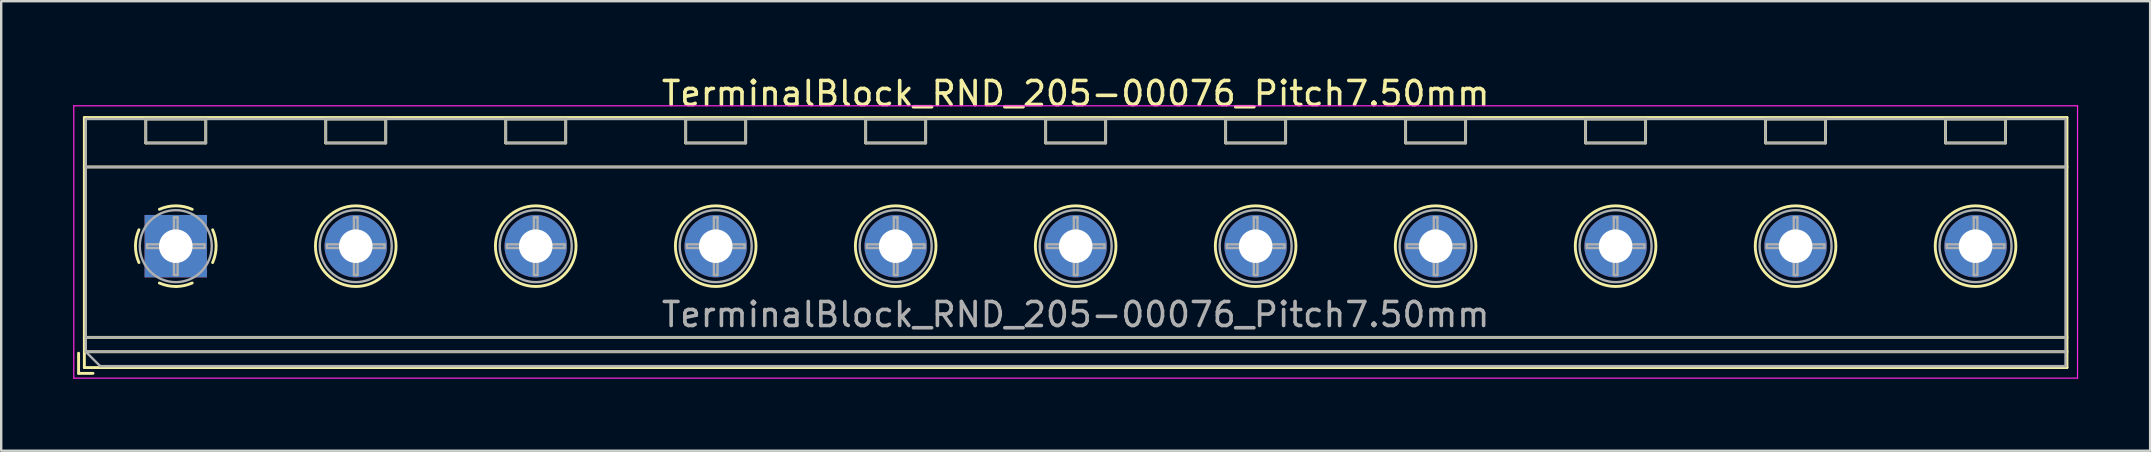
<source format=kicad_pcb>
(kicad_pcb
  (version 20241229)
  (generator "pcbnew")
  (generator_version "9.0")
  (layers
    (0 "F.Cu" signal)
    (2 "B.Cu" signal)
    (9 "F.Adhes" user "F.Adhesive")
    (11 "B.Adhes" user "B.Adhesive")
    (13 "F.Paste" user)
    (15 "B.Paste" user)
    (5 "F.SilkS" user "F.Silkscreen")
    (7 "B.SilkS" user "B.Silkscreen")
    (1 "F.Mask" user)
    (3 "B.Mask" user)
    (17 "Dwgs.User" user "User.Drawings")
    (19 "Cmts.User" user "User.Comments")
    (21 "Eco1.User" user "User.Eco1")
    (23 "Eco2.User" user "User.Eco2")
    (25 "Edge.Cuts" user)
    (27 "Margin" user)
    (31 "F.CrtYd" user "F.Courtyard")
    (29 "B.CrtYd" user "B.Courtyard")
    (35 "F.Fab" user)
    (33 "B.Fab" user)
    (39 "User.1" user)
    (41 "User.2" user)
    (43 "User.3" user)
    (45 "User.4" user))
  (footprint "TerminalBlock_RND_205-00076_Pitch7.50mm"
    (layer "F.Cu")
    (at 4.275 7.208)
    (property "Reference" "TerminalBlock_RND_205-00076_Pitch7.50mm" (at 37.5 -6.36 0) (layer "F.SilkS") (effects (font (size 1 1) (thickness 0.15))))
    (attr through_hole)
    (fp_line (start -4.05 4.46) (end -4.05 5.3) (stroke (width 0.12) (type solid)) (layer "F.SilkS"))
    (fp_line (start -4.05 5.3) (end -3.45 5.3) (stroke (width 0.12) (type solid)) (layer "F.SilkS"))
    (fp_line (start -3.81 -5.36) (end -3.81 5.06) (stroke (width 0.12) (type solid)) (layer "F.SilkS"))
    (fp_line (start -3.81 -3.3) (end 78.81 -3.3) (stroke (width 0.12) (type solid)) (layer "F.SilkS"))
    (fp_line (start -3.81 3.8) (end 78.81 3.8) (stroke (width 0.12) (type solid)) (layer "F.SilkS"))
    (fp_line (start -3.81 4.4) (end 78.81 4.4) (stroke (width 0.12) (type solid)) (layer "F.SilkS"))
    (fp_line (start -3.81 5.06) (end 78.81 5.06) (stroke (width 0.12) (type solid)) (layer "F.SilkS"))
    (fp_line (start -1.25 -5.301) (end -1.25 -4.301) (stroke (width 0.12) (type solid)) (layer "F.SilkS"))
    (fp_line (start -1.25 -5.301) (end 1.25 -5.301) (stroke (width 0.12) (type solid)) (layer "F.SilkS"))
    (fp_line (start -1.25 -4.301) (end 1.25 -4.301) (stroke (width 0.12) (type solid)) (layer "F.SilkS"))
    (fp_line (start 1.25 -5.301) (end 1.25 -4.301) (stroke (width 0.12) (type solid)) (layer "F.SilkS"))
    (fp_line (start 6.25 -5.301) (end 6.25 -4.301) (stroke (width 0.12) (type solid)) (layer "F.SilkS"))
    (fp_line (start 6.25 -5.301) (end 8.75 -5.301) (stroke (width 0.12) (type solid)) (layer "F.SilkS"))
    (fp_line (start 6.25 -4.301) (end 8.75 -4.301) (stroke (width 0.12) (type solid)) (layer "F.SilkS"))
    (fp_line (start 8.75 -5.301) (end 8.75 -4.301) (stroke (width 0.12) (type solid)) (layer "F.SilkS"))
    (fp_line (start 13.75 -5.301) (end 13.75 -4.301) (stroke (width 0.12) (type solid)) (layer "F.SilkS"))
    (fp_line (start 13.75 -5.301) (end 16.25 -5.301) (stroke (width 0.12) (type solid)) (layer "F.SilkS"))
    (fp_line (start 13.75 -4.301) (end 16.25 -4.301) (stroke (width 0.12) (type solid)) (layer "F.SilkS"))
    (fp_line (start 16.25 -5.301) (end 16.25 -4.301) (stroke (width 0.12) (type solid)) (layer "F.SilkS"))
    (fp_line (start 21.25 -5.301) (end 21.25 -4.301) (stroke (width 0.12) (type solid)) (layer "F.SilkS"))
    (fp_line (start 21.25 -5.301) (end 23.75 -5.301) (stroke (width 0.12) (type solid)) (layer "F.SilkS"))
    (fp_line (start 21.25 -4.301) (end 23.75 -4.301) (stroke (width 0.12) (type solid)) (layer "F.SilkS"))
    (fp_line (start 23.75 -5.301) (end 23.75 -4.301) (stroke (width 0.12) (type solid)) (layer "F.SilkS"))
    (fp_line (start 28.75 -5.301) (end 28.75 -4.301) (stroke (width 0.12) (type solid)) (layer "F.SilkS"))
    (fp_line (start 28.75 -5.301) (end 31.25 -5.301) (stroke (width 0.12) (type solid)) (layer "F.SilkS"))
    (fp_line (start 28.75 -4.301) (end 31.25 -4.301) (stroke (width 0.12) (type solid)) (layer "F.SilkS"))
    (fp_line (start 31.25 -5.301) (end 31.25 -4.301) (stroke (width 0.12) (type solid)) (layer "F.SilkS"))
    (fp_line (start 36.25 -5.301) (end 36.25 -4.301) (stroke (width 0.12) (type solid)) (layer "F.SilkS"))
    (fp_line (start 36.25 -5.301) (end 38.75 -5.301) (stroke (width 0.12) (type solid)) (layer "F.SilkS"))
    (fp_line (start 36.25 -4.301) (end 38.75 -4.301) (stroke (width 0.12) (type solid)) (layer "F.SilkS"))
    (fp_line (start 38.75 -5.301) (end 38.75 -4.301) (stroke (width 0.12) (type solid)) (layer "F.SilkS"))
    (fp_line (start 43.75 -5.301) (end 43.75 -4.301) (stroke (width 0.12) (type solid)) (layer "F.SilkS"))
    (fp_line (start 43.75 -5.301) (end 46.25 -5.301) (stroke (width 0.12) (type solid)) (layer "F.SilkS"))
    (fp_line (start 43.75 -4.301) (end 46.25 -4.301) (stroke (width 0.12) (type solid)) (layer "F.SilkS"))
    (fp_line (start 46.25 -5.301) (end 46.25 -4.301) (stroke (width 0.12) (type solid)) (layer "F.SilkS"))
    (fp_line (start 51.25 -5.301) (end 51.25 -4.301) (stroke (width 0.12) (type solid)) (layer "F.SilkS"))
    (fp_line (start 51.25 -5.301) (end 53.75 -5.301) (stroke (width 0.12) (type solid)) (layer "F.SilkS"))
    (fp_line (start 51.25 -4.301) (end 53.75 -4.301) (stroke (width 0.12) (type solid)) (layer "F.SilkS"))
    (fp_line (start 53.75 -5.301) (end 53.75 -4.301) (stroke (width 0.12) (type solid)) (layer "F.SilkS"))
    (fp_line (start 58.75 -5.301) (end 58.75 -4.301) (stroke (width 0.12) (type solid)) (layer "F.SilkS"))
    (fp_line (start 58.75 -5.301) (end 61.25 -5.301) (stroke (width 0.12) (type solid)) (layer "F.SilkS"))
    (fp_line (start 58.75 -4.301) (end 61.25 -4.301) (stroke (width 0.12) (type solid)) (layer "F.SilkS"))
    (fp_line (start 61.25 -5.301) (end 61.25 -4.301) (stroke (width 0.12) (type solid)) (layer "F.SilkS"))
    (fp_line (start 66.25 -5.301) (end 66.25 -4.301) (stroke (width 0.12) (type solid)) (layer "F.SilkS"))
    (fp_line (start 66.25 -5.301) (end 68.75 -5.301) (stroke (width 0.12) (type solid)) (layer "F.SilkS"))
    (fp_line (start 66.25 -4.301) (end 68.75 -4.301) (stroke (width 0.12) (type solid)) (layer "F.SilkS"))
    (fp_line (start 68.75 -5.301) (end 68.75 -4.301) (stroke (width 0.12) (type solid)) (layer "F.SilkS"))
    (fp_line (start 73.75 -5.301) (end 73.75 -4.301) (stroke (width 0.12) (type solid)) (layer "F.SilkS"))
    (fp_line (start 73.75 -5.301) (end 76.25 -5.301) (stroke (width 0.12) (type solid)) (layer "F.SilkS"))
    (fp_line (start 73.75 -4.301) (end 76.25 -4.301) (stroke (width 0.12) (type solid)) (layer "F.SilkS"))
    (fp_line (start 76.25 -5.301) (end 76.25 -4.301) (stroke (width 0.12) (type solid)) (layer "F.SilkS"))
    (fp_line (start 78.81 -5.36) (end -3.81 -5.36) (stroke (width 0.12) (type solid)) (layer "F.SilkS"))
    (fp_line (start 78.81 5.06) (end 78.81 -5.36) (stroke (width 0.12) (type solid)) (layer "F.SilkS"))
    (fp_arc (start -1.535427 0.683042) (mid -1.680501 -0.000524) (end -1.535 -0.684) (stroke (width 0.12) (type solid)) (layer "F.SilkS"))
    (fp_arc (start -0.683042 -1.535427) (mid 0.000524 -1.680501) (end 0.684 -1.535) (stroke (width 0.12) (type solid)) (layer "F.SilkS"))
    (fp_arc (start 0.028805 1.680253) (mid -0.335551 1.646659) (end -0.684 1.535) (stroke (width 0.12) (type solid)) (layer "F.SilkS"))
    (fp_arc (start 0.683318 1.534756) (mid 0.349292 1.643288) (end 0 1.68) (stroke (width 0.12) (type solid)) (layer "F.SilkS"))
    (fp_arc (start 1.535427 -0.683042) (mid 1.680501 0.000524) (end 1.535 0.684) (stroke (width 0.12) (type solid)) (layer "F.SilkS"))
    (fp_circle (center 7.5 0) (end 9.18 0) (stroke (width 0.12) (type solid)) (fill no) (layer "F.SilkS"))
    (fp_circle (center 15 0) (end 16.68 0) (stroke (width 0.12) (type solid)) (fill no) (layer "F.SilkS"))
    (fp_circle (center 22.5 0) (end 24.18 0) (stroke (width 0.12) (type solid)) (fill no) (layer "F.SilkS"))
    (fp_circle (center 30 0) (end 31.68 0) (stroke (width 0.12) (type solid)) (fill no) (layer "F.SilkS"))
    (fp_circle (center 37.5 0) (end 39.18 0) (stroke (width 0.12) (type solid)) (fill no) (layer "F.SilkS"))
    (fp_circle (center 45 0) (end 46.68 0) (stroke (width 0.12) (type solid)) (fill no) (layer "F.SilkS"))
    (fp_circle (center 52.5 0) (end 54.18 0) (stroke (width 0.12) (type solid)) (fill no) (layer "F.SilkS"))
    (fp_circle (center 60 0) (end 61.68 0) (stroke (width 0.12) (type solid)) (fill no) (layer "F.SilkS"))
    (fp_circle (center 67.5 0) (end 69.18 0) (stroke (width 0.12) (type solid)) (fill no) (layer "F.SilkS"))
    (fp_circle (center 75 0) (end 76.68 0) (stroke (width 0.12) (type solid)) (fill no) (layer "F.SilkS"))
    (fp_line (start -4.25 -5.85) (end -4.25 5.5) (stroke (width 0.05) (type solid)) (layer "F.CrtYd"))
    (fp_line (start -4.25 5.5) (end 79.25 5.5) (stroke (width 0.05) (type solid)) (layer "F.CrtYd"))
    (fp_line (start 79.25 -5.85) (end -4.25 -5.85) (stroke (width 0.05) (type solid)) (layer "F.CrtYd"))
    (fp_line (start 79.25 5.5) (end 79.25 -5.85) (stroke (width 0.05) (type solid)) (layer "F.CrtYd"))
    (fp_line (start -3.75 -5.3) (end 78.75 -5.3) (stroke (width 0.1) (type solid)) (layer "F.Fab"))
    (fp_line (start -3.75 -3.3) (end 78.75 -3.3) (stroke (width 0.1) (type solid)) (layer "F.Fab"))
    (fp_line (start -3.75 3.8) (end 78.75 3.8) (stroke (width 0.1) (type solid)) (layer "F.Fab"))
    (fp_line (start -3.75 4.4) (end -3.75 -5.3) (stroke (width 0.1) (type solid)) (layer "F.Fab"))
    (fp_line (start -3.75 4.4) (end 78.75 4.4) (stroke (width 0.1) (type solid)) (layer "F.Fab"))
    (fp_line (start -3.15 5) (end -3.75 4.4) (stroke (width 0.1) (type solid)) (layer "F.Fab"))
    (fp_line (start -1.25 -5.3) (end -1.25 -4.3) (stroke (width 0.1) (type solid)) (layer "F.Fab"))
    (fp_line (start -1.25 -4.3) (end 1.25 -4.3) (stroke (width 0.1) (type solid)) (layer "F.Fab"))
    (fp_line (start -1.201 -0.076) (end -0.076 -0.076) (stroke (width 0.1) (type solid)) (layer "F.Fab"))
    (fp_line (start -1.201 0.076) (end -1.201 -0.076) (stroke (width 0.1) (type solid)) (layer "F.Fab"))
    (fp_line (start -0.076 -1.201) (end 0.076 -1.201) (stroke (width 0.1) (type solid)) (layer "F.Fab"))
    (fp_line (start -0.076 -0.076) (end -0.076 -1.201) (stroke (width 0.1) (type solid)) (layer "F.Fab"))
    (fp_line (start -0.076 0.076) (end -1.201 0.076) (stroke (width 0.1) (type solid)) (layer "F.Fab"))
    (fp_line (start -0.076 1.201) (end -0.076 0.076) (stroke (width 0.1) (type solid)) (layer "F.Fab"))
    (fp_line (start 0.076 -1.201) (end 0.076 -0.076) (stroke (width 0.1) (type solid)) (layer "F.Fab"))
    (fp_line (start 0.076 -0.076) (end 1.201 -0.076) (stroke (width 0.1) (type solid)) (layer "F.Fab"))
    (fp_line (start 0.076 0.076) (end 0.076 1.201) (stroke (width 0.1) (type solid)) (layer "F.Fab"))
    (fp_line (start 0.076 1.201) (end -0.076 1.201) (stroke (width 0.1) (type solid)) (layer "F.Fab"))
    (fp_line (start 1.201 -0.076) (end 1.201 0.076) (stroke (width 0.1) (type solid)) (layer "F.Fab"))
    (fp_line (start 1.201 0.076) (end 0.076 0.076) (stroke (width 0.1) (type solid)) (layer "F.Fab"))
    (fp_line (start 1.25 -5.3) (end -1.25 -5.3) (stroke (width 0.1) (type solid)) (layer "F.Fab"))
    (fp_line (start 1.25 -4.3) (end 1.25 -5.3) (stroke (width 0.1) (type solid)) (layer "F.Fab"))
    (fp_line (start 6.25 -5.3) (end 6.25 -4.3) (stroke (width 0.1) (type solid)) (layer "F.Fab"))
    (fp_line (start 6.25 -4.3) (end 8.75 -4.3) (stroke (width 0.1) (type solid)) (layer "F.Fab"))
    (fp_line (start 6.299 -0.076) (end 7.424 -0.076) (stroke (width 0.1) (type solid)) (layer "F.Fab"))
    (fp_line (start 6.299 0.076) (end 6.299 -0.076) (stroke (width 0.1) (type solid)) (layer "F.Fab"))
    (fp_line (start 7.424 -1.201) (end 7.576 -1.201) (stroke (width 0.1) (type solid)) (layer "F.Fab"))
    (fp_line (start 7.424 -0.076) (end 7.424 -1.201) (stroke (width 0.1) (type solid)) (layer "F.Fab"))
    (fp_line (start 7.424 0.076) (end 6.299 0.076) (stroke (width 0.1) (type solid)) (layer "F.Fab"))
    (fp_line (start 7.424 1.201) (end 7.424 0.076) (stroke (width 0.1) (type solid)) (layer "F.Fab"))
    (fp_line (start 7.576 -1.201) (end 7.576 -0.076) (stroke (width 0.1) (type solid)) (layer "F.Fab"))
    (fp_line (start 7.576 -0.076) (end 8.701 -0.076) (stroke (width 0.1) (type solid)) (layer "F.Fab"))
    (fp_line (start 7.576 0.076) (end 7.576 1.201) (stroke (width 0.1) (type solid)) (layer "F.Fab"))
    (fp_line (start 7.576 1.201) (end 7.424 1.201) (stroke (width 0.1) (type solid)) (layer "F.Fab"))
    (fp_line (start 8.701 -0.076) (end 8.701 0.076) (stroke (width 0.1) (type solid)) (layer "F.Fab"))
    (fp_line (start 8.701 0.076) (end 7.576 0.076) (stroke (width 0.1) (type solid)) (layer "F.Fab"))
    (fp_line (start 8.75 -5.3) (end 6.25 -5.3) (stroke (width 0.1) (type solid)) (layer "F.Fab"))
    (fp_line (start 8.75 -4.3) (end 8.75 -5.3) (stroke (width 0.1) (type solid)) (layer "F.Fab"))
    (fp_line (start 13.75 -5.3) (end 13.75 -4.3) (stroke (width 0.1) (type solid)) (layer "F.Fab"))
    (fp_line (start 13.75 -4.3) (end 16.25 -4.3) (stroke (width 0.1) (type solid)) (layer "F.Fab"))
    (fp_line (start 13.799 -0.076) (end 14.924 -0.076) (stroke (width 0.1) (type solid)) (layer "F.Fab"))
    (fp_line (start 13.799 0.076) (end 13.799 -0.076) (stroke (width 0.1) (type solid)) (layer "F.Fab"))
    (fp_line (start 14.924 -1.201) (end 15.076 -1.201) (stroke (width 0.1) (type solid)) (layer "F.Fab"))
    (fp_line (start 14.924 -0.076) (end 14.924 -1.201) (stroke (width 0.1) (type solid)) (layer "F.Fab"))
    (fp_line (start 14.924 0.076) (end 13.799 0.076) (stroke (width 0.1) (type solid)) (layer "F.Fab"))
    (fp_line (start 14.924 1.201) (end 14.924 0.076) (stroke (width 0.1) (type solid)) (layer "F.Fab"))
    (fp_line (start 15.076 -1.201) (end 15.076 -0.076) (stroke (width 0.1) (type solid)) (layer "F.Fab"))
    (fp_line (start 15.076 -0.076) (end 16.201 -0.076) (stroke (width 0.1) (type solid)) (layer "F.Fab"))
    (fp_line (start 15.076 0.076) (end 15.076 1.201) (stroke (width 0.1) (type solid)) (layer "F.Fab"))
    (fp_line (start 15.076 1.201) (end 14.924 1.201) (stroke (width 0.1) (type solid)) (layer "F.Fab"))
    (fp_line (start 16.201 -0.076) (end 16.201 0.076) (stroke (width 0.1) (type solid)) (layer "F.Fab"))
    (fp_line (start 16.201 0.076) (end 15.076 0.076) (stroke (width 0.1) (type solid)) (layer "F.Fab"))
    (fp_line (start 16.25 -5.3) (end 13.75 -5.3) (stroke (width 0.1) (type solid)) (layer "F.Fab"))
    (fp_line (start 16.25 -4.3) (end 16.25 -5.3) (stroke (width 0.1) (type solid)) (layer "F.Fab"))
    (fp_line (start 21.25 -5.3) (end 21.25 -4.3) (stroke (width 0.1) (type solid)) (layer "F.Fab"))
    (fp_line (start 21.25 -4.3) (end 23.75 -4.3) (stroke (width 0.1) (type solid)) (layer "F.Fab"))
    (fp_line (start 21.299 -0.076) (end 22.424 -0.076) (stroke (width 0.1) (type solid)) (layer "F.Fab"))
    (fp_line (start 21.299 0.076) (end 21.299 -0.076) (stroke (width 0.1) (type solid)) (layer "F.Fab"))
    (fp_line (start 22.424 -1.201) (end 22.576 -1.201) (stroke (width 0.1) (type solid)) (layer "F.Fab"))
    (fp_line (start 22.424 -0.076) (end 22.424 -1.201) (stroke (width 0.1) (type solid)) (layer "F.Fab"))
    (fp_line (start 22.424 0.076) (end 21.299 0.076) (stroke (width 0.1) (type solid)) (layer "F.Fab"))
    (fp_line (start 22.424 1.201) (end 22.424 0.076) (stroke (width 0.1) (type solid)) (layer "F.Fab"))
    (fp_line (start 22.576 -1.201) (end 22.576 -0.076) (stroke (width 0.1) (type solid)) (layer "F.Fab"))
    (fp_line (start 22.576 -0.076) (end 23.701 -0.076) (stroke (width 0.1) (type solid)) (layer "F.Fab"))
    (fp_line (start 22.576 0.076) (end 22.576 1.201) (stroke (width 0.1) (type solid)) (layer "F.Fab"))
    (fp_line (start 22.576 1.201) (end 22.424 1.201) (stroke (width 0.1) (type solid)) (layer "F.Fab"))
    (fp_line (start 23.701 -0.076) (end 23.701 0.076) (stroke (width 0.1) (type solid)) (layer "F.Fab"))
    (fp_line (start 23.701 0.076) (end 22.576 0.076) (stroke (width 0.1) (type solid)) (layer "F.Fab"))
    (fp_line (start 23.75 -5.3) (end 21.25 -5.3) (stroke (width 0.1) (type solid)) (layer "F.Fab"))
    (fp_line (start 23.75 -4.3) (end 23.75 -5.3) (stroke (width 0.1) (type solid)) (layer "F.Fab"))
    (fp_line (start 28.75 -5.3) (end 28.75 -4.3) (stroke (width 0.1) (type solid)) (layer "F.Fab"))
    (fp_line (start 28.75 -4.3) (end 31.25 -4.3) (stroke (width 0.1) (type solid)) (layer "F.Fab"))
    (fp_line (start 28.799 -0.076) (end 29.924 -0.076) (stroke (width 0.1) (type solid)) (layer "F.Fab"))
    (fp_line (start 28.799 0.076) (end 28.799 -0.076) (stroke (width 0.1) (type solid)) (layer "F.Fab"))
    (fp_line (start 29.924 -1.201) (end 30.076 -1.201) (stroke (width 0.1) (type solid)) (layer "F.Fab"))
    (fp_line (start 29.924 -0.076) (end 29.924 -1.201) (stroke (width 0.1) (type solid)) (layer "F.Fab"))
    (fp_line (start 29.924 0.076) (end 28.799 0.076) (stroke (width 0.1) (type solid)) (layer "F.Fab"))
    (fp_line (start 29.924 1.201) (end 29.924 0.076) (stroke (width 0.1) (type solid)) (layer "F.Fab"))
    (fp_line (start 30.076 -1.201) (end 30.076 -0.076) (stroke (width 0.1) (type solid)) (layer "F.Fab"))
    (fp_line (start 30.076 -0.076) (end 31.201 -0.076) (stroke (width 0.1) (type solid)) (layer "F.Fab"))
    (fp_line (start 30.076 0.076) (end 30.076 1.201) (stroke (width 0.1) (type solid)) (layer "F.Fab"))
    (fp_line (start 30.076 1.201) (end 29.924 1.201) (stroke (width 0.1) (type solid)) (layer "F.Fab"))
    (fp_line (start 31.201 -0.076) (end 31.201 0.076) (stroke (width 0.1) (type solid)) (layer "F.Fab"))
    (fp_line (start 31.201 0.076) (end 30.076 0.076) (stroke (width 0.1) (type solid)) (layer "F.Fab"))
    (fp_line (start 31.25 -5.3) (end 28.75 -5.3) (stroke (width 0.1) (type solid)) (layer "F.Fab"))
    (fp_line (start 31.25 -4.3) (end 31.25 -5.3) (stroke (width 0.1) (type solid)) (layer "F.Fab"))
    (fp_line (start 36.25 -5.3) (end 36.25 -4.3) (stroke (width 0.1) (type solid)) (layer "F.Fab"))
    (fp_line (start 36.25 -4.3) (end 38.75 -4.3) (stroke (width 0.1) (type solid)) (layer "F.Fab"))
    (fp_line (start 36.299 -0.076) (end 37.424 -0.076) (stroke (width 0.1) (type solid)) (layer "F.Fab"))
    (fp_line (start 36.299 0.076) (end 36.299 -0.076) (stroke (width 0.1) (type solid)) (layer "F.Fab"))
    (fp_line (start 37.424 -1.201) (end 37.576 -1.201) (stroke (width 0.1) (type solid)) (layer "F.Fab"))
    (fp_line (start 37.424 -0.076) (end 37.424 -1.201) (stroke (width 0.1) (type solid)) (layer "F.Fab"))
    (fp_line (start 37.424 0.076) (end 36.299 0.076) (stroke (width 0.1) (type solid)) (layer "F.Fab"))
    (fp_line (start 37.424 1.201) (end 37.424 0.076) (stroke (width 0.1) (type solid)) (layer "F.Fab"))
    (fp_line (start 37.576 -1.201) (end 37.576 -0.076) (stroke (width 0.1) (type solid)) (layer "F.Fab"))
    (fp_line (start 37.576 -0.076) (end 38.701 -0.076) (stroke (width 0.1) (type solid)) (layer "F.Fab"))
    (fp_line (start 37.576 0.076) (end 37.576 1.201) (stroke (width 0.1) (type solid)) (layer "F.Fab"))
    (fp_line (start 37.576 1.201) (end 37.424 1.201) (stroke (width 0.1) (type solid)) (layer "F.Fab"))
    (fp_line (start 38.701 -0.076) (end 38.701 0.076) (stroke (width 0.1) (type solid)) (layer "F.Fab"))
    (fp_line (start 38.701 0.076) (end 37.576 0.076) (stroke (width 0.1) (type solid)) (layer "F.Fab"))
    (fp_line (start 38.75 -5.3) (end 36.25 -5.3) (stroke (width 0.1) (type solid)) (layer "F.Fab"))
    (fp_line (start 38.75 -4.3) (end 38.75 -5.3) (stroke (width 0.1) (type solid)) (layer "F.Fab"))
    (fp_line (start 43.75 -5.3) (end 43.75 -4.3) (stroke (width 0.1) (type solid)) (layer "F.Fab"))
    (fp_line (start 43.75 -4.3) (end 46.25 -4.3) (stroke (width 0.1) (type solid)) (layer "F.Fab"))
    (fp_line (start 43.799 -0.076) (end 44.924 -0.076) (stroke (width 0.1) (type solid)) (layer "F.Fab"))
    (fp_line (start 43.799 0.076) (end 43.799 -0.076) (stroke (width 0.1) (type solid)) (layer "F.Fab"))
    (fp_line (start 44.924 -1.201) (end 45.076 -1.201) (stroke (width 0.1) (type solid)) (layer "F.Fab"))
    (fp_line (start 44.924 -0.076) (end 44.924 -1.201) (stroke (width 0.1) (type solid)) (layer "F.Fab"))
    (fp_line (start 44.924 0.076) (end 43.799 0.076) (stroke (width 0.1) (type solid)) (layer "F.Fab"))
    (fp_line (start 44.924 1.201) (end 44.924 0.076) (stroke (width 0.1) (type solid)) (layer "F.Fab"))
    (fp_line (start 45.076 -1.201) (end 45.076 -0.076) (stroke (width 0.1) (type solid)) (layer "F.Fab"))
    (fp_line (start 45.076 -0.076) (end 46.201 -0.076) (stroke (width 0.1) (type solid)) (layer "F.Fab"))
    (fp_line (start 45.076 0.076) (end 45.076 1.201) (stroke (width 0.1) (type solid)) (layer "F.Fab"))
    (fp_line (start 45.076 1.201) (end 44.924 1.201) (stroke (width 0.1) (type solid)) (layer "F.Fab"))
    (fp_line (start 46.201 -0.076) (end 46.201 0.076) (stroke (width 0.1) (type solid)) (layer "F.Fab"))
    (fp_line (start 46.201 0.076) (end 45.076 0.076) (stroke (width 0.1) (type solid)) (layer "F.Fab"))
    (fp_line (start 46.25 -5.3) (end 43.75 -5.3) (stroke (width 0.1) (type solid)) (layer "F.Fab"))
    (fp_line (start 46.25 -4.3) (end 46.25 -5.3) (stroke (width 0.1) (type solid)) (layer "F.Fab"))
    (fp_line (start 51.25 -5.3) (end 51.25 -4.3) (stroke (width 0.1) (type solid)) (layer "F.Fab"))
    (fp_line (start 51.25 -4.3) (end 53.75 -4.3) (stroke (width 0.1) (type solid)) (layer "F.Fab"))
    (fp_line (start 51.299 -0.076) (end 52.424 -0.076) (stroke (width 0.1) (type solid)) (layer "F.Fab"))
    (fp_line (start 51.299 0.076) (end 51.299 -0.076) (stroke (width 0.1) (type solid)) (layer "F.Fab"))
    (fp_line (start 52.424 -1.201) (end 52.576 -1.201) (stroke (width 0.1) (type solid)) (layer "F.Fab"))
    (fp_line (start 52.424 -0.076) (end 52.424 -1.201) (stroke (width 0.1) (type solid)) (layer "F.Fab"))
    (fp_line (start 52.424 0.076) (end 51.299 0.076) (stroke (width 0.1) (type solid)) (layer "F.Fab"))
    (fp_line (start 52.424 1.201) (end 52.424 0.076) (stroke (width 0.1) (type solid)) (layer "F.Fab"))
    (fp_line (start 52.576 -1.201) (end 52.576 -0.076) (stroke (width 0.1) (type solid)) (layer "F.Fab"))
    (fp_line (start 52.576 -0.076) (end 53.701 -0.076) (stroke (width 0.1) (type solid)) (layer "F.Fab"))
    (fp_line (start 52.576 0.076) (end 52.576 1.201) (stroke (width 0.1) (type solid)) (layer "F.Fab"))
    (fp_line (start 52.576 1.201) (end 52.424 1.201) (stroke (width 0.1) (type solid)) (layer "F.Fab"))
    (fp_line (start 53.701 -0.076) (end 53.701 0.076) (stroke (width 0.1) (type solid)) (layer "F.Fab"))
    (fp_line (start 53.701 0.076) (end 52.576 0.076) (stroke (width 0.1) (type solid)) (layer "F.Fab"))
    (fp_line (start 53.75 -5.3) (end 51.25 -5.3) (stroke (width 0.1) (type solid)) (layer "F.Fab"))
    (fp_line (start 53.75 -4.3) (end 53.75 -5.3) (stroke (width 0.1) (type solid)) (layer "F.Fab"))
    (fp_line (start 58.75 -5.3) (end 58.75 -4.3) (stroke (width 0.1) (type solid)) (layer "F.Fab"))
    (fp_line (start 58.75 -4.3) (end 61.25 -4.3) (stroke (width 0.1) (type solid)) (layer "F.Fab"))
    (fp_line (start 58.799 -0.076) (end 59.924 -0.076) (stroke (width 0.1) (type solid)) (layer "F.Fab"))
    (fp_line (start 58.799 0.076) (end 58.799 -0.076) (stroke (width 0.1) (type solid)) (layer "F.Fab"))
    (fp_line (start 59.924 -1.201) (end 60.076 -1.201) (stroke (width 0.1) (type solid)) (layer "F.Fab"))
    (fp_line (start 59.924 -0.076) (end 59.924 -1.201) (stroke (width 0.1) (type solid)) (layer "F.Fab"))
    (fp_line (start 59.924 0.076) (end 58.799 0.076) (stroke (width 0.1) (type solid)) (layer "F.Fab"))
    (fp_line (start 59.924 1.201) (end 59.924 0.076) (stroke (width 0.1) (type solid)) (layer "F.Fab"))
    (fp_line (start 60.076 -1.201) (end 60.076 -0.076) (stroke (width 0.1) (type solid)) (layer "F.Fab"))
    (fp_line (start 60.076 -0.076) (end 61.201 -0.076) (stroke (width 0.1) (type solid)) (layer "F.Fab"))
    (fp_line (start 60.076 0.076) (end 60.076 1.201) (stroke (width 0.1) (type solid)) (layer "F.Fab"))
    (fp_line (start 60.076 1.201) (end 59.924 1.201) (stroke (width 0.1) (type solid)) (layer "F.Fab"))
    (fp_line (start 61.201 -0.076) (end 61.201 0.076) (stroke (width 0.1) (type solid)) (layer "F.Fab"))
    (fp_line (start 61.201 0.076) (end 60.076 0.076) (stroke (width 0.1) (type solid)) (layer "F.Fab"))
    (fp_line (start 61.25 -5.3) (end 58.75 -5.3) (stroke (width 0.1) (type solid)) (layer "F.Fab"))
    (fp_line (start 61.25 -4.3) (end 61.25 -5.3) (stroke (width 0.1) (type solid)) (layer "F.Fab"))
    (fp_line (start 66.25 -5.3) (end 66.25 -4.3) (stroke (width 0.1) (type solid)) (layer "F.Fab"))
    (fp_line (start 66.25 -4.3) (end 68.75 -4.3) (stroke (width 0.1) (type solid)) (layer "F.Fab"))
    (fp_line (start 66.299 -0.076) (end 67.424 -0.076) (stroke (width 0.1) (type solid)) (layer "F.Fab"))
    (fp_line (start 66.299 0.076) (end 66.299 -0.076) (stroke (width 0.1) (type solid)) (layer "F.Fab"))
    (fp_line (start 67.424 -1.201) (end 67.576 -1.201) (stroke (width 0.1) (type solid)) (layer "F.Fab"))
    (fp_line (start 67.424 -0.076) (end 67.424 -1.201) (stroke (width 0.1) (type solid)) (layer "F.Fab"))
    (fp_line (start 67.424 0.076) (end 66.299 0.076) (stroke (width 0.1) (type solid)) (layer "F.Fab"))
    (fp_line (start 67.424 1.201) (end 67.424 0.076) (stroke (width 0.1) (type solid)) (layer "F.Fab"))
    (fp_line (start 67.576 -1.201) (end 67.576 -0.076) (stroke (width 0.1) (type solid)) (layer "F.Fab"))
    (fp_line (start 67.576 -0.076) (end 68.701 -0.076) (stroke (width 0.1) (type solid)) (layer "F.Fab"))
    (fp_line (start 67.576 0.076) (end 67.576 1.201) (stroke (width 0.1) (type solid)) (layer "F.Fab"))
    (fp_line (start 67.576 1.201) (end 67.424 1.201) (stroke (width 0.1) (type solid)) (layer "F.Fab"))
    (fp_line (start 68.701 -0.076) (end 68.701 0.076) (stroke (width 0.1) (type solid)) (layer "F.Fab"))
    (fp_line (start 68.701 0.076) (end 67.576 0.076) (stroke (width 0.1) (type solid)) (layer "F.Fab"))
    (fp_line (start 68.75 -5.3) (end 66.25 -5.3) (stroke (width 0.1) (type solid)) (layer "F.Fab"))
    (fp_line (start 68.75 -4.3) (end 68.75 -5.3) (stroke (width 0.1) (type solid)) (layer "F.Fab"))
    (fp_line (start 73.75 -5.3) (end 73.75 -4.3) (stroke (width 0.1) (type solid)) (layer "F.Fab"))
    (fp_line (start 73.75 -4.3) (end 76.25 -4.3) (stroke (width 0.1) (type solid)) (layer "F.Fab"))
    (fp_line (start 73.799 -0.076) (end 74.924 -0.076) (stroke (width 0.1) (type solid)) (layer "F.Fab"))
    (fp_line (start 73.799 0.076) (end 73.799 -0.076) (stroke (width 0.1) (type solid)) (layer "F.Fab"))
    (fp_line (start 74.924 -1.201) (end 75.076 -1.201) (stroke (width 0.1) (type solid)) (layer "F.Fab"))
    (fp_line (start 74.924 -0.076) (end 74.924 -1.201) (stroke (width 0.1) (type solid)) (layer "F.Fab"))
    (fp_line (start 74.924 0.076) (end 73.799 0.076) (stroke (width 0.1) (type solid)) (layer "F.Fab"))
    (fp_line (start 74.924 1.201) (end 74.924 0.076) (stroke (width 0.1) (type solid)) (layer "F.Fab"))
    (fp_line (start 75.076 -1.201) (end 75.076 -0.076) (stroke (width 0.1) (type solid)) (layer "F.Fab"))
    (fp_line (start 75.076 -0.076) (end 76.201 -0.076) (stroke (width 0.1) (type solid)) (layer "F.Fab"))
    (fp_line (start 75.076 0.076) (end 75.076 1.201) (stroke (width 0.1) (type solid)) (layer "F.Fab"))
    (fp_line (start 75.076 1.201) (end 74.924 1.201) (stroke (width 0.1) (type solid)) (layer "F.Fab"))
    (fp_line (start 76.201 -0.076) (end 76.201 0.076) (stroke (width 0.1) (type solid)) (layer "F.Fab"))
    (fp_line (start 76.201 0.076) (end 75.076 0.076) (stroke (width 0.1) (type solid)) (layer "F.Fab"))
    (fp_line (start 76.25 -5.3) (end 73.75 -5.3) (stroke (width 0.1) (type solid)) (layer "F.Fab"))
    (fp_line (start 76.25 -4.3) (end 76.25 -5.3) (stroke (width 0.1) (type solid)) (layer "F.Fab"))
    (fp_line (start 78.75 -5.3) (end 78.75 5) (stroke (width 0.1) (type solid)) (layer "F.Fab"))
    (fp_line (start 78.75 5) (end -3.15 5) (stroke (width 0.1) (type solid)) (layer "F.Fab"))
    (fp_circle (center 0 0) (end 1.5 0) (stroke (width 0.1) (type solid)) (fill no) (layer "F.Fab"))
    (fp_circle (center 7.5 0) (end 9 0) (stroke (width 0.1) (type solid)) (fill no) (layer "F.Fab"))
    (fp_circle (center 15 0) (end 16.5 0) (stroke (width 0.1) (type solid)) (fill no) (layer "F.Fab"))
    (fp_circle (center 22.5 0) (end 24 0) (stroke (width 0.1) (type solid)) (fill no) (layer "F.Fab"))
    (fp_circle (center 30 0) (end 31.5 0) (stroke (width 0.1) (type solid)) (fill no) (layer "F.Fab"))
    (fp_circle (center 37.5 0) (end 39 0) (stroke (width 0.1) (type solid)) (fill no) (layer "F.Fab"))
    (fp_circle (center 45 0) (end 46.5 0) (stroke (width 0.1) (type solid)) (fill no) (layer "F.Fab"))
    (fp_circle (center 52.5 0) (end 54 0) (stroke (width 0.1) (type solid)) (fill no) (layer "F.Fab"))
    (fp_circle (center 60 0) (end 61.5 0) (stroke (width 0.1) (type solid)) (fill no) (layer "F.Fab"))
    (fp_circle (center 67.5 0) (end 69 0) (stroke (width 0.1) (type solid)) (fill no) (layer "F.Fab"))
    (fp_circle (center 75 0) (end 76.5 0) (stroke (width 0.1) (type solid)) (fill no) (layer "F.Fab"))
    (fp_text user "${REFERENCE}" (at 37.5 2.85 0) (layer "F.Fab") (effects (font (size 1 1) (thickness 0.15))))
    (pad "1" thru_hole rect (at 0 0) (size 2.6 2.6) (drill 1.4) (layers "*.Cu" "*.Mask"))
    (pad "2" thru_hole oval (at 7.5 0) (size 2.6 2.6) (drill 1.4) (layers "*.Cu" "*.Mask"))
    (pad "3" thru_hole oval (at 15 0) (size 2.6 2.6) (drill 1.4) (layers "*.Cu" "*.Mask"))
    (pad "4" thru_hole oval (at 22.5 0) (size 2.6 2.6) (drill 1.4) (layers "*.Cu" "*.Mask"))
    (pad "5" thru_hole oval (at 30 0) (size 2.6 2.6) (drill 1.4) (layers "*.Cu" "*.Mask"))
    (pad "6" thru_hole oval (at 37.5 0) (size 2.6 2.6) (drill 1.4) (layers "*.Cu" "*.Mask"))
    (pad "7" thru_hole oval (at 45 0) (size 2.6 2.6) (drill 1.4) (layers "*.Cu" "*.Mask"))
    (pad "8" thru_hole oval (at 52.5 0) (size 2.6 2.6) (drill 1.4) (layers "*.Cu" "*.Mask"))
    (pad "9" thru_hole oval (at 60 0) (size 2.6 2.6) (drill 1.4) (layers "*.Cu" "*.Mask"))
    (pad "10" thru_hole oval (at 67.5 0) (size 2.6 2.6) (drill 1.4) (layers "*.Cu" "*.Mask"))
    (pad "11" thru_hole oval (at 75 0) (size 2.6 2.6) (drill 1.4) (layers "*.Cu" "*.Mask")))
  (gr_rect
    (start -3 -3)
    (end 86.55 15.733)
    (stroke (width 0.1) (type default))
    (fill no)
    (layer "Edge.Cuts")))
</source>
